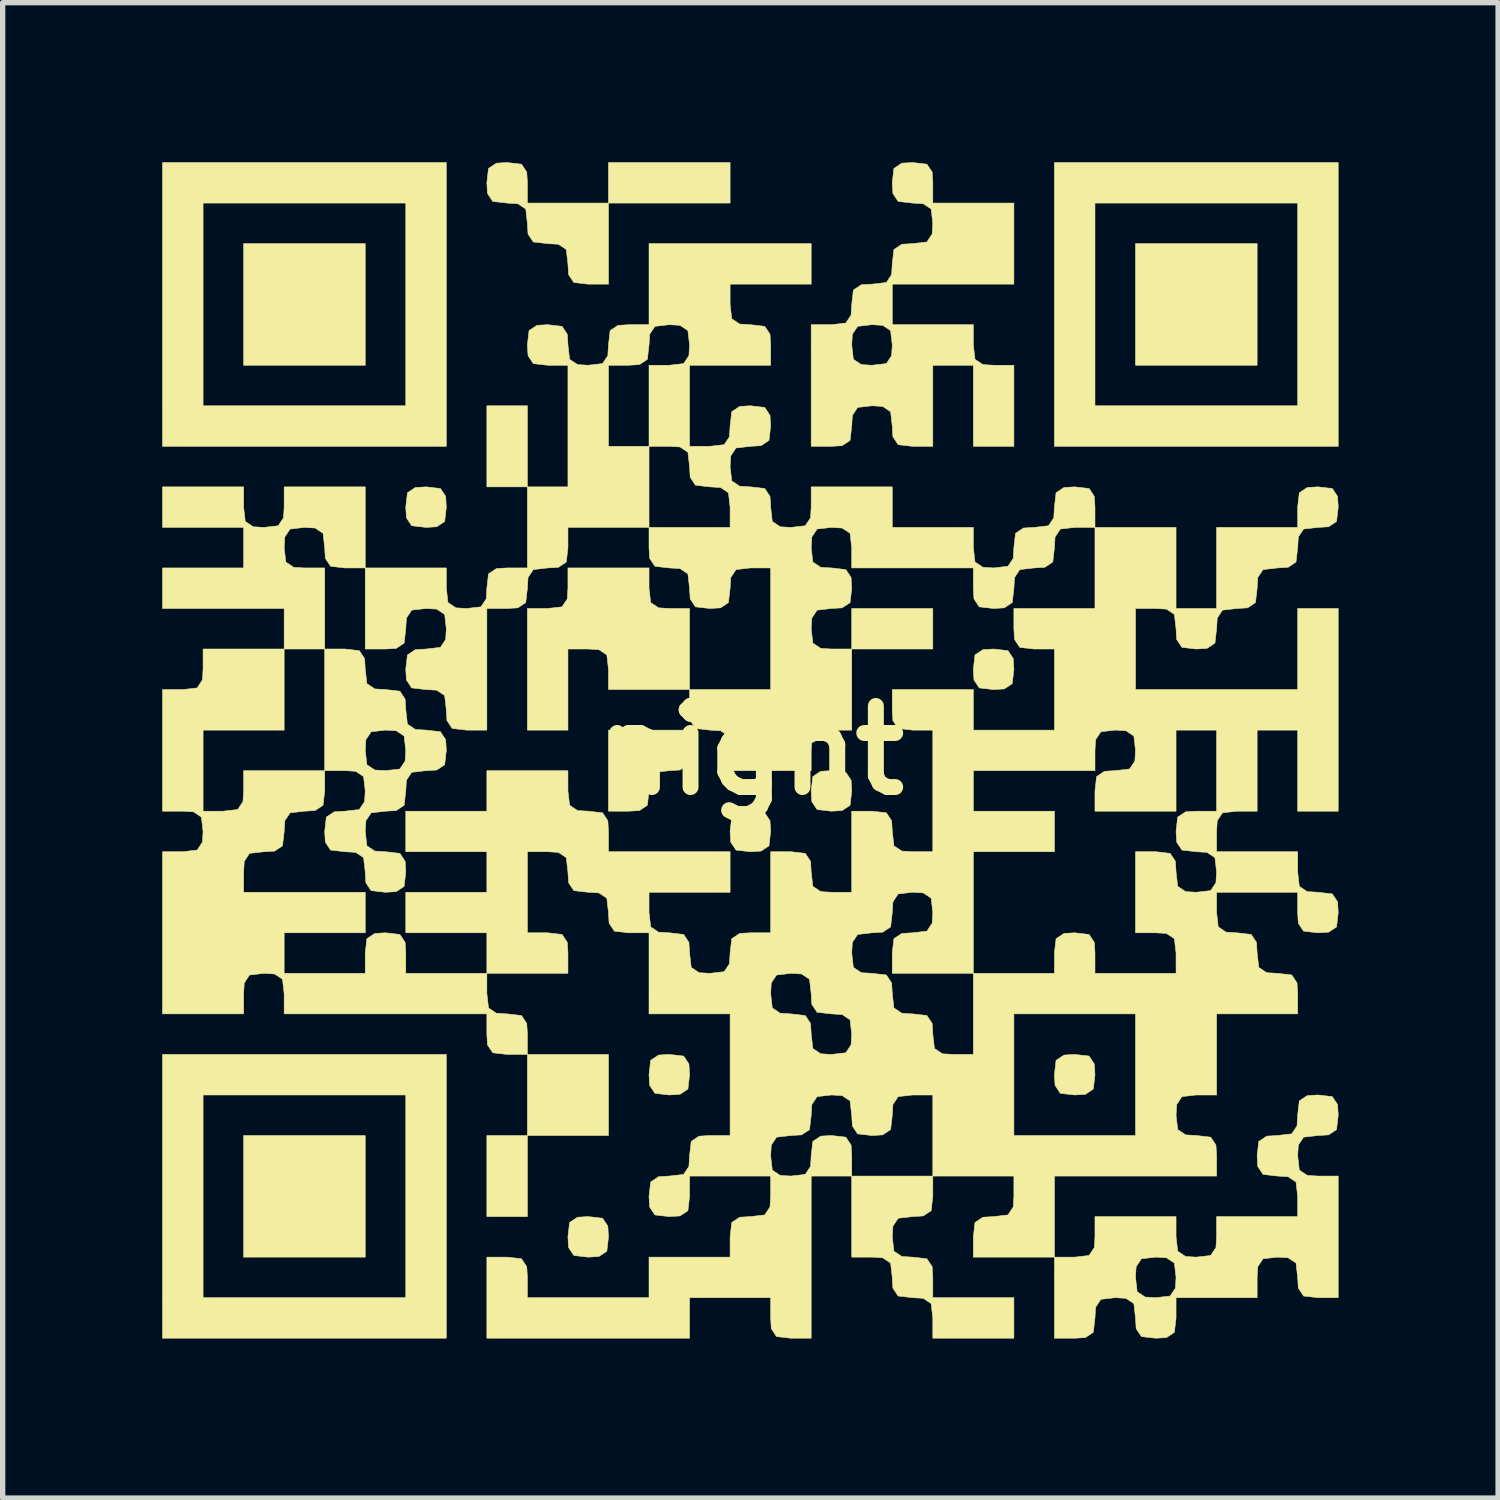
<source format=kicad_pcb>
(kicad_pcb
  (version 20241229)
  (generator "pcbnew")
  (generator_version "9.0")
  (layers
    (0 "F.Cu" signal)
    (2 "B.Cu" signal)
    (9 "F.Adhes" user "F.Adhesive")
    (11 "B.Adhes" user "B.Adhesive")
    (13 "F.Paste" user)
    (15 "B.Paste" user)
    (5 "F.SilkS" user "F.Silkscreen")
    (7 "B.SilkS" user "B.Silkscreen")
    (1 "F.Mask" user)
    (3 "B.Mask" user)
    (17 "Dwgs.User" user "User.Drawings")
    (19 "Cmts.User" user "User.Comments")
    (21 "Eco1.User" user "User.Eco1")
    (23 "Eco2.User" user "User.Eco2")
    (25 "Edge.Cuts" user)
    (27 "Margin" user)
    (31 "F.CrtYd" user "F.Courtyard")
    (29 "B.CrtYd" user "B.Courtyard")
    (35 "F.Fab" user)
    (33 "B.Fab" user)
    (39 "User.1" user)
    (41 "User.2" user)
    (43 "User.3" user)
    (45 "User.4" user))
  (footprint "night"
    (layer "F.Cu")
    (at 11.054 11.054)
    (property "Reference" "night" (at 0 0 0) (layer "F.SilkS") (effects (font (size 1.524 1.524) (thickness 0.3))))
    (attr through_hole)
    (fp_poly (pts (xy -7.239 -7.239) (xy -9.525 -7.239) (xy -9.525 -9.525) (xy -7.239 -9.525) (xy -7.239 -7.239)) (stroke (width 0.01) (type solid)) (fill yes) (layer "F.SilkS"))
    (fp_poly (pts (xy -7.239 9.525) (xy -9.525 9.525) (xy -9.525 7.239) (xy -7.239 7.239) (xy -7.239 9.525)) (stroke (width 0.01) (type solid)) (fill yes) (layer "F.SilkS"))
    (fp_poly (pts (xy -4.191 -4.953) (xy -4.953 -4.953) (xy -4.953 -6.477) (xy -4.191 -6.477) (xy -4.191 -4.953)) (stroke (width 0.01) (type solid)) (fill yes) (layer "F.SilkS"))
    (fp_poly (pts (xy -4.191 8.763) (xy -4.953 8.763) (xy -4.953 7.239) (xy -4.191 7.239) (xy -4.191 8.763)) (stroke (width 0.01) (type solid)) (fill yes) (layer "F.SilkS"))
    (fp_poly (pts (xy -2.667 7.239) (xy -4.191 7.239) (xy -4.191 5.715) (xy -2.667 5.715) (xy -2.667 7.239)) (stroke (width 0.01) (type solid)) (fill yes) (layer "F.SilkS"))
    (fp_poly (pts (xy -0.381 -10.287) (xy -2.667 -10.287) (xy -2.667 -11.049) (xy -0.381 -11.049) (xy -0.381 -10.287)) (stroke (width 0.01) (type solid)) (fill yes) (layer "F.SilkS"))
    (fp_poly (pts (xy 3.429 -1.905) (xy 1.905 -1.905) (xy 1.905 -2.667) (xy 3.429 -2.667) (xy 3.429 -1.905)) (stroke (width 0.01) (type solid)) (fill yes) (layer "F.SilkS"))
    (fp_poly (pts (xy 9.525 -7.239) (xy 7.239 -7.239) (xy 7.239 -9.525) (xy 9.525 -9.525) (xy 9.525 -7.239)) (stroke (width 0.01) (type solid)) (fill yes) (layer "F.SilkS"))
    (fp_poly (pts (xy -5.715 -5.715) (xy -11.049 -5.715) (xy -11.049 -10.287) (xy -10.287 -10.287) (xy -10.287 -6.477) (xy -6.477 -6.477) (xy -6.477 -10.287) (xy -10.287 -10.287) (xy -11.049 -10.287) (xy -11.049 -11.049) (xy -5.715 -11.049) (xy -5.715 -5.715)) (stroke (width 0.01) (type solid)) (fill yes) (layer "F.SilkS"))
    (fp_poly (pts (xy -5.715 11.049) (xy -11.049 11.049) (xy -11.049 6.477) (xy -10.287 6.477) (xy -10.287 10.287) (xy -6.477 10.287) (xy -6.477 6.477) (xy -10.287 6.477) (xy -11.049 6.477) (xy -11.049 5.715) (xy -5.715 5.715) (xy -5.715 11.049)) (stroke (width 0.01) (type solid)) (fill yes) (layer "F.SilkS"))
    (fp_poly (pts (xy 11.049 -5.715) (xy 5.715 -5.715) (xy 5.715 -10.287) (xy 6.477 -10.287) (xy 6.477 -6.477) (xy 10.287 -6.477) (xy 10.287 -10.287) (xy 6.477 -10.287) (xy 5.715 -10.287) (xy 5.715 -11.049) (xy 11.049 -11.049) (xy 11.049 -5.715)) (stroke (width 0.01) (type solid)) (fill yes) (layer "F.SilkS"))
    (fp_poly (pts (xy -5.826 -4.922) (xy -5.727 -4.773) (xy -5.715 -4.572) (xy -5.746 -4.302) (xy -5.895 -4.203) (xy -6.096 -4.191) (xy -6.366 -4.222) (xy -6.465 -4.371) (xy -6.477 -4.572) (xy -6.446 -4.842) (xy -6.297 -4.941) (xy -6.096 -4.953) (xy -5.826 -4.922)) (stroke (width 0.01) (type solid)) (fill yes) (layer "F.SilkS"))
    (fp_poly (pts (xy -2.778 8.794) (xy -2.679 8.943) (xy -2.667 9.144) (xy -2.698 9.414) (xy -2.847 9.513) (xy -3.048 9.525) (xy -3.318 9.494) (xy -3.417 9.345) (xy -3.429 9.144) (xy -3.398 8.874) (xy -3.249 8.775) (xy -3.048 8.763) (xy -2.778 8.794)) (stroke (width 0.01) (type solid)) (fill yes) (layer "F.SilkS"))
    (fp_poly (pts (xy -1.254 5.746) (xy -1.155 5.895) (xy -1.143 6.096) (xy -1.174 6.366) (xy -1.323 6.465) (xy -1.524 6.477) (xy -1.794 6.446) (xy -1.893 6.297) (xy -1.905 6.096) (xy -1.874 5.826) (xy -1.725 5.727) (xy -1.524 5.715) (xy -1.254 5.746)) (stroke (width 0.01) (type solid)) (fill yes) (layer "F.SilkS"))
    (fp_poly (pts (xy 0.27 1.174) (xy 0.369 1.323) (xy 0.381 1.524) (xy 0.35 1.794) (xy 0.201 1.893) (xy 0 1.905) (xy -0.27 1.874) (xy -0.369 1.725) (xy -0.381 1.524) (xy -0.35 1.254) (xy -0.201 1.155) (xy 0 1.143) (xy 0.27 1.174)) (stroke (width 0.01) (type solid)) (fill yes) (layer "F.SilkS"))
    (fp_poly (pts (xy 1.794 0.412) (xy 1.893 0.561) (xy 1.905 0.762) (xy 1.874 1.032) (xy 1.725 1.131) (xy 1.524 1.143) (xy 1.254 1.112) (xy 1.155 0.963) (xy 1.143 0.762) (xy 1.174 0.492) (xy 1.323 0.393) (xy 1.524 0.381) (xy 1.794 0.412)) (stroke (width 0.01) (type solid)) (fill yes) (layer "F.SilkS"))
    (fp_poly (pts (xy 4.842 -1.874) (xy 4.941 -1.725) (xy 4.953 -1.524) (xy 4.922 -1.254) (xy 4.773 -1.155) (xy 4.572 -1.143) (xy 4.302 -1.174) (xy 4.203 -1.323) (xy 4.191 -1.524) (xy 4.222 -1.794) (xy 4.371 -1.893) (xy 4.572 -1.905) (xy 4.842 -1.874)) (stroke (width 0.01) (type solid)) (fill yes) (layer "F.SilkS"))
    (fp_poly (pts (xy 6.366 5.746) (xy 6.465 5.895) (xy 6.477 6.096) (xy 6.446 6.366) (xy 6.297 6.465) (xy 6.096 6.477) (xy 5.826 6.446) (xy 5.727 6.297) (xy 5.715 6.096) (xy 5.746 5.826) (xy 5.895 5.727) (xy 6.096 5.715) (xy 6.366 5.746)) (stroke (width 0.01) (type solid)) (fill yes) (layer "F.SilkS"))
    (fp_poly (pts (xy -1.143 0) (xy -1.174 0.27) (xy -1.323 0.369) (xy -1.524 0.381) (xy -1.794 0.412) (xy -1.893 0.561) (xy -1.905 0.762) (xy -1.936 1.032) (xy -2.085 1.131) (xy -2.286 1.143) (xy -2.667 1.143) (xy -2.667 -0.381) (xy -1.143 -0.381) (xy -1.143 0)) (stroke (width 0.01) (type solid)) (fill yes) (layer "F.SilkS"))
    (fp_poly (pts (xy -1.905 -3.048) (xy -1.874 -2.778) (xy -1.725 -2.679) (xy -1.524 -2.667) (xy -1.143 -2.667) (xy -1.143 -1.143) (xy -2.667 -1.143) (xy -2.667 -1.524) (xy -2.698 -1.794) (xy -2.847 -1.893) (xy -3.048 -1.905) (xy -3.429 -1.905) (xy -3.429 -0.381) (xy -4.191 -0.381) (xy -4.191 -2.667) (xy -3.81 -2.667) (xy -3.54 -2.698) (xy -3.441 -2.847) (xy -3.429 -3.048) (xy -3.429 -3.429) (xy -1.905 -3.429) (xy -1.905 -3.048)) (stroke (width 0.01) (type solid)) (fill yes) (layer "F.SilkS"))
    (fp_poly (pts (xy -4.302 -11.018) (xy -4.203 -10.869) (xy -4.191 -10.668) (xy -4.191 -10.287) (xy -2.667 -10.287) (xy -2.667 -8.763) (xy -3.048 -8.763) (xy -3.318 -8.794) (xy -3.417 -8.943) (xy -3.429 -9.144) (xy -3.46 -9.414) (xy -3.609 -9.513) (xy -3.81 -9.525) (xy -4.08 -9.556) (xy -4.179 -9.705) (xy -4.191 -9.906) (xy -4.222 -10.176) (xy -4.371 -10.275) (xy -4.572 -10.287) (xy -4.842 -10.318) (xy -4.941 -10.467) (xy -4.953 -10.668) (xy -4.922 -10.938) (xy -4.773 -11.037) (xy -4.572 -11.049) (xy -4.302 -11.018)) (stroke (width 0.01) (type solid)) (fill yes) (layer "F.SilkS"))
    (fp_poly (pts (xy -7.35 -1.874) (xy -7.251 -1.725) (xy -7.239 -1.524) (xy -7.208 -1.254) (xy -7.059 -1.155) (xy -6.858 -1.143) (xy -6.588 -1.112) (xy -6.489 -0.963) (xy -6.477 -0.762) (xy -6.446 -0.492) (xy -6.297 -0.393) (xy -6.096 -0.381) (xy -5.826 -0.35) (xy -5.727 -0.201) (xy -5.715 0) (xy -5.746 0.27) (xy -5.895 0.369) (xy -6.096 0.381) (xy -6.366 0.412) (xy -6.465 0.561) (xy -6.477 0.762) (xy -6.508 1.032) (xy -6.657 1.131) (xy -6.858 1.143) (xy -7.128 1.174) (xy -7.227 1.323) (xy -7.239 1.524) (xy -7.208 1.794) (xy -7.059 1.893) (xy -6.858 1.905) (xy -6.588 1.936) (xy -6.489 2.085) (xy -6.477 2.286) (xy -6.508 2.556) (xy -6.657 2.655) (xy -6.858 2.667) (xy -7.128 2.636) (xy -7.227 2.487) (xy -7.239 2.286) (xy -7.27 2.016) (xy -7.419 1.917) (xy -7.62 1.905) (xy -7.89 1.874) (xy -7.989 1.725) (xy -8.001 1.524) (xy -7.97 1.254) (xy -7.821 1.155) (xy -7.62 1.143) (xy -7.35 1.112) (xy -7.251 0.963) (xy -7.239 0.762) (xy -7.27 0.492) (xy -7.419 0.393) (xy -7.62 0.381) (xy -8.001 0.381) (xy -8.001 0) (xy -7.239 0) (xy -7.208 0.27) (xy -7.059 0.369) (xy -6.858 0.381) (xy -6.588 0.35) (xy -6.489 0.201) (xy -6.477 0) (xy -6.508 -0.27) (xy -6.657 -0.369) (xy -6.858 -0.381) (xy -7.128 -0.35) (xy -7.227 -0.201) (xy -7.239 0) (xy -8.001 0) (xy -8.001 -1.905) (xy -7.62 -1.905) (xy -7.35 -1.874)) (stroke (width 0.01) (type solid)) (fill yes) (layer "F.SilkS"))
    (fp_poly (pts (xy 3.318 -11.018) (xy 3.417 -10.869) (xy 3.429 -10.668) (xy 3.429 -10.287) (xy 4.953 -10.287) (xy 4.953 -8.763) (xy 2.667 -8.763) (xy 2.667 -8.001) (xy 4.191 -8.001) (xy 4.191 -7.62) (xy 4.222 -7.35) (xy 4.371 -7.251) (xy 4.572 -7.239) (xy 4.953 -7.239) (xy 4.953 -5.715) (xy 4.191 -5.715) (xy 4.191 -7.239) (xy 3.429 -7.239) (xy 3.429 -5.715) (xy 3.048 -5.715) (xy 2.778 -5.746) (xy 2.679 -5.895) (xy 2.667 -6.096) (xy 2.636 -6.366) (xy 2.487 -6.465) (xy 2.286 -6.477) (xy 2.016 -6.446) (xy 1.917 -6.297) (xy 1.905 -6.096) (xy 1.874 -5.826) (xy 1.725 -5.727) (xy 1.524 -5.715) (xy 1.143 -5.715) (xy 1.143 -7.62) (xy 1.905 -7.62) (xy 1.936 -7.35) (xy 2.085 -7.251) (xy 2.286 -7.239) (xy 2.556 -7.27) (xy 2.655 -7.419) (xy 2.667 -7.62) (xy 2.636 -7.89) (xy 2.487 -7.989) (xy 2.286 -8.001) (xy 2.016 -7.97) (xy 1.917 -7.821) (xy 1.905 -7.62) (xy 1.143 -7.62) (xy 1.143 -8.001) (xy 1.524 -8.001) (xy 1.794 -8.032) (xy 1.893 -8.181) (xy 1.905 -8.382) (xy 1.936 -8.652) (xy 2.085 -8.751) (xy 2.286 -8.763) (xy 2.556 -8.794) (xy 2.655 -8.943) (xy 2.667 -9.144) (xy 2.698 -9.414) (xy 2.847 -9.513) (xy 3.048 -9.525) (xy 3.318 -9.556) (xy 3.417 -9.705) (xy 3.429 -9.906) (xy 3.398 -10.176) (xy 3.249 -10.275) (xy 3.048 -10.287) (xy 2.778 -10.318) (xy 2.679 -10.467) (xy 2.667 -10.668) (xy 2.698 -10.938) (xy 2.847 -11.037) (xy 3.048 -11.049) (xy 3.318 -11.018)) (stroke (width 0.01) (type solid)) (fill yes) (layer "F.SilkS"))
    (fp_poly (pts (xy 10.938 6.508) (xy 11.037 6.657) (xy 11.049 6.858) (xy 11.018 7.128) (xy 10.869 7.227) (xy 10.668 7.239) (xy 10.398 7.27) (xy 10.299 7.419) (xy 10.287 7.62) (xy 10.318 7.89) (xy 10.467 7.989) (xy 10.668 8.001) (xy 11.049 8.001) (xy 11.049 10.287) (xy 10.668 10.287) (xy 10.398 10.256) (xy 10.299 10.107) (xy 10.287 9.906) (xy 10.256 9.636) (xy 10.107 9.537) (xy 9.906 9.525) (xy 9.636 9.556) (xy 9.537 9.705) (xy 9.525 9.906) (xy 9.525 10.287) (xy 8.001 10.287) (xy 8.001 10.668) (xy 7.97 10.938) (xy 7.821 11.037) (xy 7.62 11.049) (xy 7.35 11.018) (xy 7.251 10.869) (xy 7.239 10.668) (xy 7.208 10.398) (xy 7.059 10.299) (xy 6.858 10.287) (xy 6.588 10.318) (xy 6.489 10.467) (xy 6.477 10.668) (xy 6.446 10.938) (xy 6.297 11.037) (xy 6.096 11.049) (xy 5.715 11.049) (xy 5.715 9.906) (xy 7.239 9.906) (xy 7.27 10.176) (xy 7.419 10.275) (xy 7.62 10.287) (xy 7.89 10.256) (xy 7.989 10.107) (xy 8.001 9.906) (xy 7.97 9.636) (xy 7.821 9.537) (xy 7.62 9.525) (xy 7.35 9.556) (xy 7.251 9.705) (xy 7.239 9.906) (xy 5.715 9.906) (xy 5.715 9.525) (xy 6.096 9.525) (xy 6.366 9.494) (xy 6.465 9.345) (xy 6.477 9.144) (xy 6.477 8.763) (xy 8.001 8.763) (xy 8.001 9.144) (xy 8.032 9.414) (xy 8.181 9.513) (xy 8.382 9.525) (xy 8.652 9.494) (xy 8.751 9.345) (xy 8.763 9.144) (xy 8.763 8.763) (xy 10.287 8.763) (xy 10.287 8.382) (xy 10.256 8.112) (xy 10.107 8.013) (xy 9.906 8.001) (xy 9.636 7.97) (xy 9.537 7.821) (xy 9.525 7.62) (xy 9.556 7.35) (xy 9.705 7.251) (xy 9.906 7.239) (xy 10.176 7.208) (xy 10.275 7.059) (xy 10.287 6.858) (xy 10.318 6.588) (xy 10.467 6.489) (xy 10.668 6.477) (xy 10.938 6.508)) (stroke (width 0.01) (type solid)) (fill yes) (layer "F.SilkS"))
    (fp_poly (pts (xy 8.001 -4.191) (xy 8.001 -2.667) (xy 8.763 -2.667) (xy 8.763 -4.191) (xy 10.287 -4.191) (xy 10.287 -4.572) (xy 10.318 -4.842) (xy 10.467 -4.941) (xy 10.668 -4.953) (xy 10.938 -4.922) (xy 11.037 -4.773) (xy 11.049 -4.572) (xy 11.018 -4.302) (xy 10.869 -4.203) (xy 10.668 -4.191) (xy 10.398 -4.16) (xy 10.299 -4.011) (xy 10.287 -3.81) (xy 10.256 -3.54) (xy 10.107 -3.441) (xy 9.906 -3.429) (xy 9.636 -3.398) (xy 9.537 -3.249) (xy 9.525 -3.048) (xy 9.494 -2.778) (xy 9.345 -2.679) (xy 9.144 -2.667) (xy 8.874 -2.636) (xy 8.775 -2.487) (xy 8.763 -2.286) (xy 8.732 -2.016) (xy 8.583 -1.917) (xy 8.382 -1.905) (xy 8.112 -1.936) (xy 8.013 -2.085) (xy 8.001 -2.286) (xy 7.97 -2.556) (xy 7.821 -2.655) (xy 7.62 -2.667) (xy 7.239 -2.667) (xy 7.239 -1.143) (xy 10.287 -1.143) (xy 10.287 -2.667) (xy 11.049 -2.667) (xy 11.049 1.143) (xy 10.287 1.143) (xy 10.287 -0.381) (xy 9.525 -0.381) (xy 9.525 1.143) (xy 9.144 1.143) (xy 8.874 1.174) (xy 8.775 1.323) (xy 8.763 1.524) (xy 8.763 1.905) (xy 10.287 1.905) (xy 10.287 2.286) (xy 10.318 2.556) (xy 10.467 2.655) (xy 10.668 2.667) (xy 10.938 2.698) (xy 11.037 2.847) (xy 11.049 3.048) (xy 11.018 3.318) (xy 10.869 3.417) (xy 10.668 3.429) (xy 10.398 3.398) (xy 10.299 3.249) (xy 10.287 3.048) (xy 10.287 2.667) (xy 8.763 2.667) (xy 8.763 3.048) (xy 8.794 3.318) (xy 8.943 3.417) (xy 9.144 3.429) (xy 9.414 3.46) (xy 9.513 3.609) (xy 9.525 3.81) (xy 9.556 4.08) (xy 9.705 4.179) (xy 9.906 4.191) (xy 10.176 4.222) (xy 10.275 4.371) (xy 10.287 4.572) (xy 10.287 4.953) (xy 8.763 4.953) (xy 8.763 6.477) (xy 8.382 6.477) (xy 8.112 6.508) (xy 8.013 6.657) (xy 8.001 6.858) (xy 8.032 7.128) (xy 8.181 7.227) (xy 8.382 7.239) (xy 8.652 7.27) (xy 8.751 7.419) (xy 8.763 7.62) (xy 8.763 8.001) (xy 5.715 8.001) (xy 5.715 9.525) (xy 4.191 9.525) (xy 4.191 9.144) (xy 4.222 8.874) (xy 4.371 8.775) (xy 4.572 8.763) (xy 4.842 8.732) (xy 4.941 8.583) (xy 4.953 8.382) (xy 4.953 8.001) (xy 3.429 8.001) (xy 3.429 8.382) (xy 3.398 8.652) (xy 3.249 8.751) (xy 3.048 8.763) (xy 2.778 8.794) (xy 2.679 8.943) (xy 2.667 9.144) (xy 2.698 9.414) (xy 2.847 9.513) (xy 3.048 9.525) (xy 3.318 9.556) (xy 3.417 9.705) (xy 3.429 9.906) (xy 3.429 10.287) (xy 4.953 10.287) (xy 4.953 11.049) (xy 3.429 11.049) (xy 3.429 10.668) (xy 3.398 10.398) (xy 3.249 10.299) (xy 3.048 10.287) (xy 2.778 10.256) (xy 2.679 10.107) (xy 2.667 9.906) (xy 2.636 9.636) (xy 2.487 9.537) (xy 2.286 9.525) (xy 1.905 9.525) (xy 1.905 8.001) (xy 1.143 8.001) (xy 1.143 11.049) (xy 0.762 11.049) (xy 0.492 11.018) (xy 0.393 10.869) (xy 0.381 10.668) (xy 0.381 10.287) (xy -1.143 10.287) (xy -1.143 11.049) (xy -4.953 11.049) (xy -4.953 9.525) (xy -4.572 9.525) (xy -4.302 9.556) (xy -4.203 9.705) (xy -4.191 9.906) (xy -4.191 10.287) (xy -1.905 10.287) (xy -1.905 9.525) (xy -0.381 9.525) (xy -0.381 9.144) (xy -0.35 8.874) (xy -0.201 8.775) (xy 0 8.763) (xy 0.27 8.732) (xy 0.369 8.583) (xy 0.381 8.382) (xy 0.381 8.001) (xy -1.143 8.001) (xy -1.143 8.382) (xy -1.174 8.652) (xy -1.323 8.751) (xy -1.524 8.763) (xy -1.794 8.732) (xy -1.893 8.583) (xy -1.905 8.382) (xy -1.874 8.112) (xy -1.725 8.013) (xy -1.524 8.001) (xy -1.254 7.97) (xy -1.155 7.821) (xy -1.143 7.62) (xy 0.381 7.62) (xy 0.412 7.89) (xy 0.561 7.989) (xy 0.762 8.001) (xy 1.032 7.97) (xy 1.131 7.821) (xy 1.143 7.62) (xy 1.174 7.35) (xy 1.323 7.251) (xy 1.524 7.239) (xy 1.794 7.27) (xy 1.893 7.419) (xy 1.905 7.62) (xy 1.905 8.001) (xy 3.429 8.001) (xy 3.429 6.477) (xy 3.048 6.477) (xy 2.778 6.508) (xy 2.679 6.657) (xy 2.667 6.858) (xy 2.636 7.128) (xy 2.487 7.227) (xy 2.286 7.239) (xy 2.016 7.208) (xy 1.917 7.059) (xy 1.905 6.858) (xy 1.874 6.588) (xy 1.725 6.489) (xy 1.524 6.477) (xy 1.254 6.508) (xy 1.155 6.657) (xy 1.143 6.858) (xy 1.112 7.128) (xy 0.963 7.227) (xy 0.762 7.239) (xy 0.492 7.27) (xy 0.393 7.419) (xy 0.381 7.62) (xy -1.143 7.62) (xy -1.112 7.35) (xy -0.963 7.251) (xy -0.762 7.239) (xy -0.381 7.239) (xy -0.381 4.953) (xy -1.905 4.953) (xy -1.905 4.572) (xy 0.381 4.572) (xy 0.412 4.842) (xy 0.561 4.941) (xy 0.762 4.953) (xy 1.032 4.984) (xy 1.131 5.133) (xy 1.143 5.334) (xy 1.174 5.604) (xy 1.323 5.703) (xy 1.524 5.715) (xy 1.794 5.684) (xy 1.893 5.535) (xy 1.905 5.334) (xy 1.874 5.064) (xy 1.725 4.965) (xy 1.524 4.953) (xy 1.254 4.922) (xy 1.155 4.773) (xy 1.143 4.572) (xy 1.112 4.302) (xy 0.963 4.203) (xy 0.762 4.191) (xy 0.492 4.222) (xy 0.393 4.371) (xy 0.381 4.572) (xy -1.905 4.572) (xy -1.905 3.429) (xy -2.286 3.429) (xy -2.556 3.398) (xy -2.655 3.249) (xy -2.667 3.048) (xy -2.698 2.778) (xy -2.847 2.679) (xy -3.048 2.667) (xy -3.318 2.636) (xy -3.417 2.487) (xy -3.429 2.286) (xy -3.46 2.016) (xy -3.609 1.917) (xy -3.81 1.905) (xy -4.191 1.905) (xy -4.191 3.429) (xy -3.81 3.429) (xy -3.54 3.46) (xy -3.441 3.609) (xy -3.429 3.81) (xy -3.429 4.191) (xy -4.953 4.191) (xy -4.953 4.572) (xy -4.922 4.842) (xy -4.773 4.941) (xy -4.572 4.953) (xy -4.302 4.984) (xy -4.203 5.133) (xy -4.191 5.334) (xy -4.191 5.715) (xy -4.572 5.715) (xy -4.842 5.684) (xy -4.941 5.535) (xy -4.953 5.334) (xy -4.953 4.953) (xy -8.763 4.953) (xy -8.763 4.572) (xy -8.794 4.302) (xy -8.943 4.203) (xy -9.144 4.191) (xy -9.414 4.222) (xy -9.513 4.371) (xy -9.525 4.572) (xy -9.525 4.953) (xy -11.049 4.953) (xy -11.049 1.905) (xy -10.668 1.905) (xy -10.398 1.874) (xy -10.299 1.725) (xy -10.287 1.524) (xy -10.318 1.254) (xy -10.467 1.155) (xy -10.668 1.143) (xy -11.049 1.143) (xy -11.049 -0.381) (xy -10.287 -0.381) (xy -10.287 1.143) (xy -9.906 1.143) (xy -9.636 1.112) (xy -9.537 0.963) (xy -9.525 0.762) (xy -9.525 0.381) (xy -8.001 0.381) (xy -8.001 0.762) (xy -8.032 1.032) (xy -8.181 1.131) (xy -8.382 1.143) (xy -8.652 1.174) (xy -8.751 1.323) (xy -8.763 1.524) (xy -8.794 1.794) (xy -8.943 1.893) (xy -9.144 1.905) (xy -9.414 1.936) (xy -9.513 2.085) (xy -9.525 2.286) (xy -9.525 2.667) (xy -7.239 2.667) (xy -7.239 3.429) (xy -8.763 3.429) (xy -8.763 4.191) (xy -7.239 4.191) (xy -7.239 3.81) (xy -7.208 3.54) (xy -7.059 3.441) (xy -6.858 3.429) (xy -6.588 3.46) (xy -6.489 3.609) (xy -6.477 3.81) (xy -6.477 4.191) (xy -4.953 4.191) (xy -4.953 3.429) (xy -6.477 3.429) (xy -6.477 2.667) (xy -4.953 2.667) (xy -4.953 1.905) (xy -6.477 1.905) (xy -6.477 1.143) (xy -4.953 1.143) (xy -4.953 0.381) (xy -3.429 0.381) (xy -3.429 0.762) (xy -3.398 1.032) (xy -3.249 1.131) (xy -3.048 1.143) (xy -2.778 1.174) (xy -2.679 1.323) (xy -2.667 1.524) (xy -2.667 1.905) (xy -0.381 1.905) (xy -0.381 2.667) (xy -1.905 2.667) (xy -1.905 3.048) (xy -1.874 3.318) (xy -1.725 3.417) (xy -1.524 3.429) (xy -1.254 3.46) (xy -1.155 3.609) (xy -1.143 3.81) (xy -1.112 4.08) (xy -0.963 4.179) (xy -0.762 4.191) (xy -0.492 4.16) (xy -0.393 4.011) (xy -0.381 3.81) (xy 1.905 3.81) (xy 1.936 4.08) (xy 2.085 4.179) (xy 2.286 4.191) (xy 2.556 4.222) (xy 2.655 4.371) (xy 2.667 4.572) (xy 2.698 4.842) (xy 2.847 4.941) (xy 3.048 4.953) (xy 3.318 4.984) (xy 3.417 5.133) (xy 3.429 5.334) (xy 3.46 5.604) (xy 3.609 5.703) (xy 3.81 5.715) (xy 4.191 5.715) (xy 4.191 4.953) (xy 4.953 4.953) (xy 4.953 7.239) (xy 7.239 7.239) (xy 7.239 4.953) (xy 4.953 4.953) (xy 4.191 4.953) (xy 4.191 4.191) (xy 2.667 4.191) (xy 2.667 3.81) (xy 2.698 3.54) (xy 2.847 3.441) (xy 3.048 3.429) (xy 3.318 3.398) (xy 3.417 3.249) (xy 3.429 3.048) (xy 3.398 2.778) (xy 3.249 2.679) (xy 3.048 2.667) (xy 2.778 2.698) (xy 2.679 2.847) (xy 2.667 3.048) (xy 2.636 3.318) (xy 2.487 3.417) (xy 2.286 3.429) (xy 2.016 3.46) (xy 1.917 3.609) (xy 1.905 3.81) (xy -0.381 3.81) (xy -0.35 3.54) (xy -0.201 3.441) (xy 0 3.429) (xy 0.381 3.429) (xy 0.381 1.905) (xy 0.762 1.905) (xy 1.032 1.936) (xy 1.131 2.085) (xy 1.143 2.286) (xy 1.174 2.556) (xy 1.323 2.655) (xy 1.524 2.667) (xy 1.905 2.667) (xy 1.905 1.143) (xy 2.286 1.143) (xy 2.556 1.174) (xy 2.655 1.323) (xy 2.667 1.524) (xy 2.698 1.794) (xy 2.847 1.893) (xy 3.048 1.905) (xy 3.429 1.905) (xy 3.429 0.381) (xy 4.191 0.381) (xy 4.191 1.143) (xy 5.715 1.143) (xy 5.715 1.905) (xy 4.191 1.905) (xy 4.191 4.191) (xy 5.715 4.191) (xy 5.715 3.81) (xy 5.746 3.54) (xy 5.895 3.441) (xy 6.096 3.429) (xy 6.366 3.46) (xy 6.465 3.609) (xy 6.477 3.81) (xy 6.477 4.191) (xy 8.001 4.191) (xy 8.001 3.81) (xy 7.97 3.54) (xy 7.821 3.441) (xy 7.62 3.429) (xy 7.239 3.429) (xy 7.239 1.905) (xy 7.62 1.905) (xy 7.89 1.936) (xy 7.989 2.085) (xy 8.001 2.286) (xy 8.032 2.556) (xy 8.181 2.655) (xy 8.382 2.667) (xy 8.652 2.636) (xy 8.751 2.487) (xy 8.763 2.286) (xy 8.732 2.016) (xy 8.583 1.917) (xy 8.382 1.905) (xy 8.112 1.874) (xy 8.013 1.725) (xy 8.001 1.524) (xy 8.032 1.254) (xy 8.181 1.155) (xy 8.382 1.143) (xy 8.763 1.143) (xy 8.763 -0.381) (xy 8.001 -0.381) (xy 8.001 1.143) (xy 6.477 1.143) (xy 6.477 0.762) (xy 6.508 0.492) (xy 6.657 0.393) (xy 6.858 0.381) (xy 7.128 0.35) (xy 7.227 0.201) (xy 7.239 0) (xy 7.208 -0.27) (xy 7.059 -0.369) (xy 6.858 -0.381) (xy 6.588 -0.35) (xy 6.489 -0.201) (xy 6.477 0) (xy 6.477 0.381) (xy 4.191 0.381) (xy 3.429 0.381) (xy 3.429 -0.381) (xy 3.048 -0.381) (xy 2.778 -0.412) (xy 2.679 -0.561) (xy 2.667 -0.762) (xy 2.667 -1.143) (xy 4.191 -1.143) (xy 4.191 -0.381) (xy 5.715 -0.381) (xy 5.715 -1.905) (xy 5.334 -1.905) (xy 5.064 -1.936) (xy 4.965 -2.085) (xy 4.953 -2.286) (xy 4.953 -2.667) (xy 6.477 -2.667) (xy 6.477 -4.191) (xy 6.096 -4.191) (xy 5.826 -4.16) (xy 5.727 -4.011) (xy 5.715 -3.81) (xy 5.684 -3.54) (xy 5.535 -3.441) (xy 5.334 -3.429) (xy 5.064 -3.398) (xy 4.965 -3.249) (xy 4.953 -3.048) (xy 4.922 -2.778) (xy 4.773 -2.679) (xy 4.572 -2.667) (xy 4.302 -2.698) (xy 4.203 -2.847) (xy 4.191 -3.048) (xy 4.191 -3.429) (xy 1.905 -3.429) (xy 1.905 -3.81) (xy 1.874 -4.08) (xy 1.725 -4.179) (xy 1.524 -4.191) (xy 1.254 -4.16) (xy 1.155 -4.011) (xy 1.143 -3.81) (xy 1.174 -3.54) (xy 1.323 -3.441) (xy 1.524 -3.429) (xy 1.794 -3.398) (xy 1.893 -3.249) (xy 1.905 -3.048) (xy 1.874 -2.778) (xy 1.725 -2.679) (xy 1.524 -2.667) (xy 1.254 -2.636) (xy 1.155 -2.487) (xy 1.143 -2.286) (xy 1.174 -2.016) (xy 1.323 -1.917) (xy 1.524 -1.905) (xy 1.905 -1.905) (xy 1.905 -0.381) (xy 1.524 -0.381) (xy 1.254 -0.35) (xy 1.155 -0.201) (xy 1.143 0) (xy 1.143 0.381) (xy -0.381 0.381) (xy -0.381 0) (xy -0.412 -0.27) (xy -0.561 -0.369) (xy -0.762 -0.381) (xy -1.032 -0.412) (xy -1.131 -0.561) (xy -1.143 -0.762) (xy -1.143 -1.143) (xy 0.381 -1.143) (xy 0.381 -3.429) (xy 0 -3.429) (xy -0.27 -3.398) (xy -0.369 -3.249) (xy -0.381 -3.048) (xy -0.412 -2.778) (xy -0.561 -2.679) (xy -0.762 -2.667) (xy -1.032 -2.698) (xy -1.131 -2.847) (xy -1.143 -3.048) (xy -1.174 -3.318) (xy -1.323 -3.417) (xy -1.524 -3.429) (xy -1.794 -3.46) (xy -1.893 -3.609) (xy -1.905 -3.81) (xy -1.905 -4.191) (xy -3.429 -4.191) (xy -3.429 -3.81) (xy -3.46 -3.54) (xy -3.609 -3.441) (xy -3.81 -3.429) (xy -4.08 -3.398) (xy -4.179 -3.249) (xy -4.191 -3.048) (xy -4.222 -2.778) (xy -4.371 -2.679) (xy -4.572 -2.667) (xy -4.953 -2.667) (xy -4.953 -0.381) (xy -5.334 -0.381) (xy -5.604 -0.412) (xy -5.703 -0.561) (xy -5.715 -0.762) (xy -5.746 -1.032) (xy -5.895 -1.131) (xy -6.096 -1.143) (xy -6.366 -1.174) (xy -6.465 -1.323) (xy -6.477 -1.524) (xy -6.446 -1.794) (xy -6.297 -1.893) (xy -6.096 -1.905) (xy -5.826 -1.936) (xy -5.727 -2.085) (xy -5.715 -2.286) (xy -5.746 -2.556) (xy -5.895 -2.655) (xy -6.096 -2.667) (xy -6.366 -2.636) (xy -6.465 -2.487) (xy -6.477 -2.286) (xy -6.508 -2.016) (xy -6.657 -1.917) (xy -6.858 -1.905) (xy -7.239 -1.905) (xy -7.239 -3.429) (xy -7.62 -3.429) (xy -7.89 -3.46) (xy -7.989 -3.609) (xy -8.001 -3.81) (xy -8.032 -4.08) (xy -8.181 -4.179) (xy -8.382 -4.191) (xy -8.652 -4.16) (xy -8.751 -4.011) (xy -8.763 -3.81) (xy -8.732 -3.54) (xy -8.583 -3.441) (xy -8.382 -3.429) (xy -8.001 -3.429) (xy -8.001 -1.905) (xy -8.763 -1.905) (xy -8.763 -0.381) (xy -10.287 -0.381) (xy -11.049 -0.381) (xy -11.049 -1.143) (xy -10.668 -1.143) (xy -10.398 -1.174) (xy -10.299 -1.323) (xy -10.287 -1.524) (xy -10.287 -1.905) (xy -8.763 -1.905) (xy -8.763 -2.667) (xy -11.049 -2.667) (xy -11.049 -3.429) (xy -9.525 -3.429) (xy -9.525 -4.191) (xy -11.049 -4.191) (xy -11.049 -4.953) (xy -9.525 -4.953) (xy -9.525 -4.572) (xy -9.494 -4.302) (xy -9.345 -4.203) (xy -9.144 -4.191) (xy -8.874 -4.222) (xy -8.775 -4.371) (xy -8.763 -4.572) (xy -8.763 -4.953) (xy -7.239 -4.953) (xy -7.239 -3.429) (xy -5.715 -3.429) (xy -5.715 -3.048) (xy -5.684 -2.778) (xy -5.535 -2.679) (xy -5.334 -2.667) (xy -5.064 -2.698) (xy -4.965 -2.847) (xy -4.953 -3.048) (xy -4.922 -3.318) (xy -4.773 -3.417) (xy -4.572 -3.429) (xy -4.191 -3.429) (xy -4.191 -4.953) (xy -3.429 -4.953) (xy -3.429 -7.239) (xy -3.81 -7.239) (xy -4.08 -7.27) (xy -4.179 -7.419) (xy -4.191 -7.62) (xy -4.16 -7.89) (xy -4.011 -7.989) (xy -3.81 -8.001) (xy -3.54 -7.97) (xy -3.441 -7.821) (xy -3.429 -7.62) (xy -3.398 -7.35) (xy -3.249 -7.251) (xy -3.048 -7.239) (xy -2.667 -7.239) (xy -2.667 -5.715) (xy -1.905 -5.715) (xy -1.905 -4.191) (xy -0.381 -4.191) (xy -0.381 -4.572) (xy -0.412 -4.842) (xy -0.561 -4.941) (xy -0.762 -4.953) (xy -1.032 -4.984) (xy -1.131 -5.133) (xy -1.143 -5.334) (xy -1.174 -5.604) (xy -1.323 -5.703) (xy -1.524 -5.715) (xy -1.905 -5.715) (xy -1.905 -7.239) (xy -1.524 -7.239) (xy -1.254 -7.27) (xy -1.155 -7.419) (xy -1.143 -7.62) (xy -1.174 -7.89) (xy -1.323 -7.989) (xy -1.524 -8.001) (xy -1.794 -7.97) (xy -1.893 -7.821) (xy -1.905 -7.62) (xy -1.936 -7.35) (xy -2.085 -7.251) (xy -2.286 -7.239) (xy -2.667 -7.239) (xy -3.048 -7.239) (xy -2.778 -7.27) (xy -2.679 -7.419) (xy -2.667 -7.62) (xy -2.636 -7.89) (xy -2.487 -7.989) (xy -2.286 -8.001) (xy -1.905 -8.001) (xy -1.905 -9.525) (xy 1.143 -9.525) (xy 1.143 -8.763) (xy -0.381 -8.763) (xy -0.381 -8.382) (xy -0.35 -8.112) (xy -0.201 -8.013) (xy 0 -8.001) (xy 0.27 -7.97) (xy 0.369 -7.821) (xy 0.381 -7.62) (xy 0.381 -7.239) (xy -1.143 -7.239) (xy -1.143 -5.715) (xy -0.762 -5.715) (xy -0.492 -5.746) (xy -0.393 -5.895) (xy -0.381 -6.096) (xy -0.35 -6.366) (xy -0.201 -6.465) (xy 0 -6.477) (xy 0.27 -6.446) (xy 0.369 -6.297) (xy 0.381 -6.096) (xy 0.35 -5.826) (xy 0.201 -5.727) (xy 0 -5.715) (xy -0.27 -5.684) (xy -0.369 -5.535) (xy -0.381 -5.334) (xy -0.35 -5.064) (xy -0.201 -4.965) (xy 0 -4.953) (xy 0.27 -4.922) (xy 0.369 -4.773) (xy 0.381 -4.572) (xy 0.412 -4.302) (xy 0.561 -4.203) (xy 0.762 -4.191) (xy 1.032 -4.222) (xy 1.131 -4.371) (xy 1.143 -4.572) (xy 1.143 -4.953) (xy 2.667 -4.953) (xy 2.667 -4.191) (xy 4.191 -4.191) (xy 4.191 -3.81) (xy 4.222 -3.54) (xy 4.371 -3.441) (xy 4.572 -3.429) (xy 4.842 -3.46) (xy 4.941 -3.609) (xy 4.953 -3.81) (xy 4.984 -4.08) (xy 5.133 -4.179) (xy 5.334 -4.191) (xy 5.604 -4.222) (xy 5.703 -4.371) (xy 5.715 -4.572) (xy 5.746 -4.842) (xy 5.895 -4.941) (xy 6.096 -4.953) (xy 6.366 -4.922) (xy 6.465 -4.773) (xy 6.477 -4.572) (xy 6.477 -4.191) (xy 8.001 -4.191)) (stroke (width 0.01) (type solid)) (fill yes) (layer "F.SilkS")))
  (gr_rect
    (start -3 -3)
    (end 25.108 25.108)
    (stroke (width 0.1) (type default))
    (fill no)
    (layer "Edge.Cuts")))
</source>
